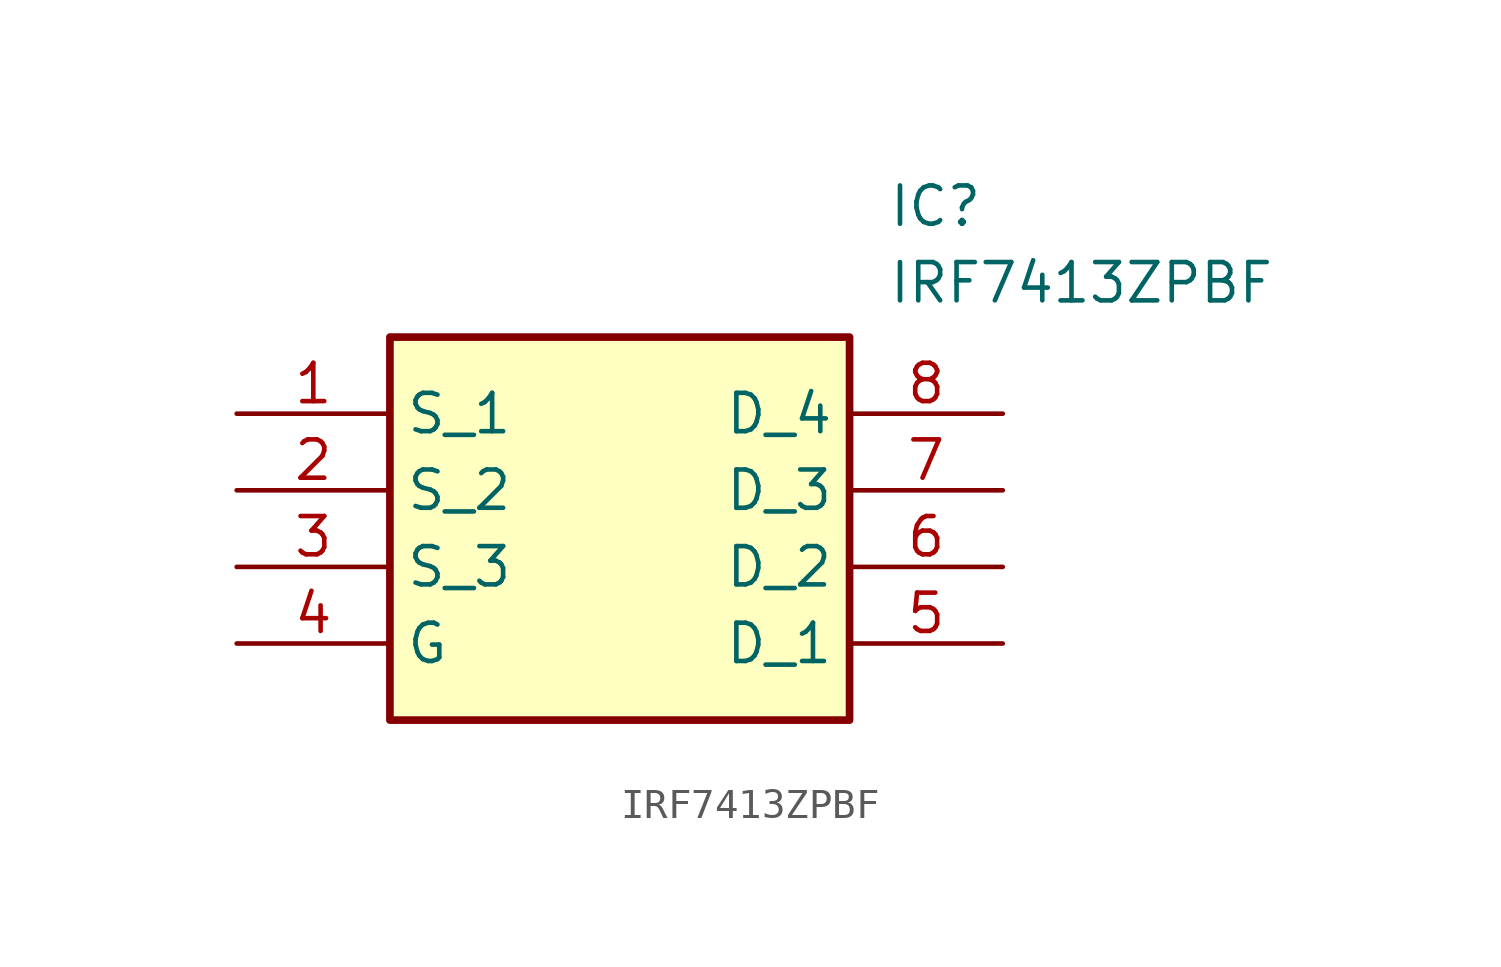
<source format=kicad_sym>
(kicad_symbol_lib
  (version 20211014)
  (generator SamacSys_ECAD_Model)
  (symbol "IRF7413ZPBF"
    (property "Reference" "IC"
      (at 21.59 7.62 0)
      (effects (font (size 1.27 1.27)) (justify left top)))
    (property "Value" "IRF7413ZPBF"
      (at 21.59 5.08 0)
      (effects (font (size 1.27 1.27)) (justify left top)))
    (rectangle
      (start 5.08 2.54)
      (end 20.32 -10.16)
      (stroke (width 0.254) (type default))
      (fill (type background)))
    (pin passive line
      (at 0 0 0)
      (length 5.08)
      (name "S_1" (effects (font (size 1.27 1.27))))
      (number "1" (effects (font (size 1.27 1.27)))))
    (pin passive line
      (at 0 -2.54 0)
      (length 5.08)
      (name "S_2" (effects (font (size 1.27 1.27))))
      (number "2" (effects (font (size 1.27 1.27)))))
    (pin passive line
      (at 0 -5.08 0)
      (length 5.08)
      (name "S_3" (effects (font (size 1.27 1.27))))
      (number "3" (effects (font (size 1.27 1.27)))))
    (pin passive line
      (at 0 -7.62 0)
      (length 5.08)
      (name "G" (effects (font (size 1.27 1.27))))
      (number "4" (effects (font (size 1.27 1.27)))))
    (pin passive line
      (at 25.4 0 180)
      (length 5.08)
      (name "D_4" (effects (font (size 1.27 1.27))))
      (number "8" (effects (font (size 1.27 1.27)))))
    (pin passive line
      (at 25.4 -2.54 180)
      (length 5.08)
      (name "D_3" (effects (font (size 1.27 1.27))))
      (number "7" (effects (font (size 1.27 1.27)))))
    (pin passive line
      (at 25.4 -5.08 180)
      (length 5.08)
      (name "D_2" (effects (font (size 1.27 1.27))))
      (number "6" (effects (font (size 1.27 1.27)))))
    (pin passive line
      (at 25.4 -7.62 180)
      (length 5.08)
      (name "D_1" (effects (font (size 1.27 1.27))))
      (number "5" (effects (font (size 1.27 1.27)))))))
</source>
